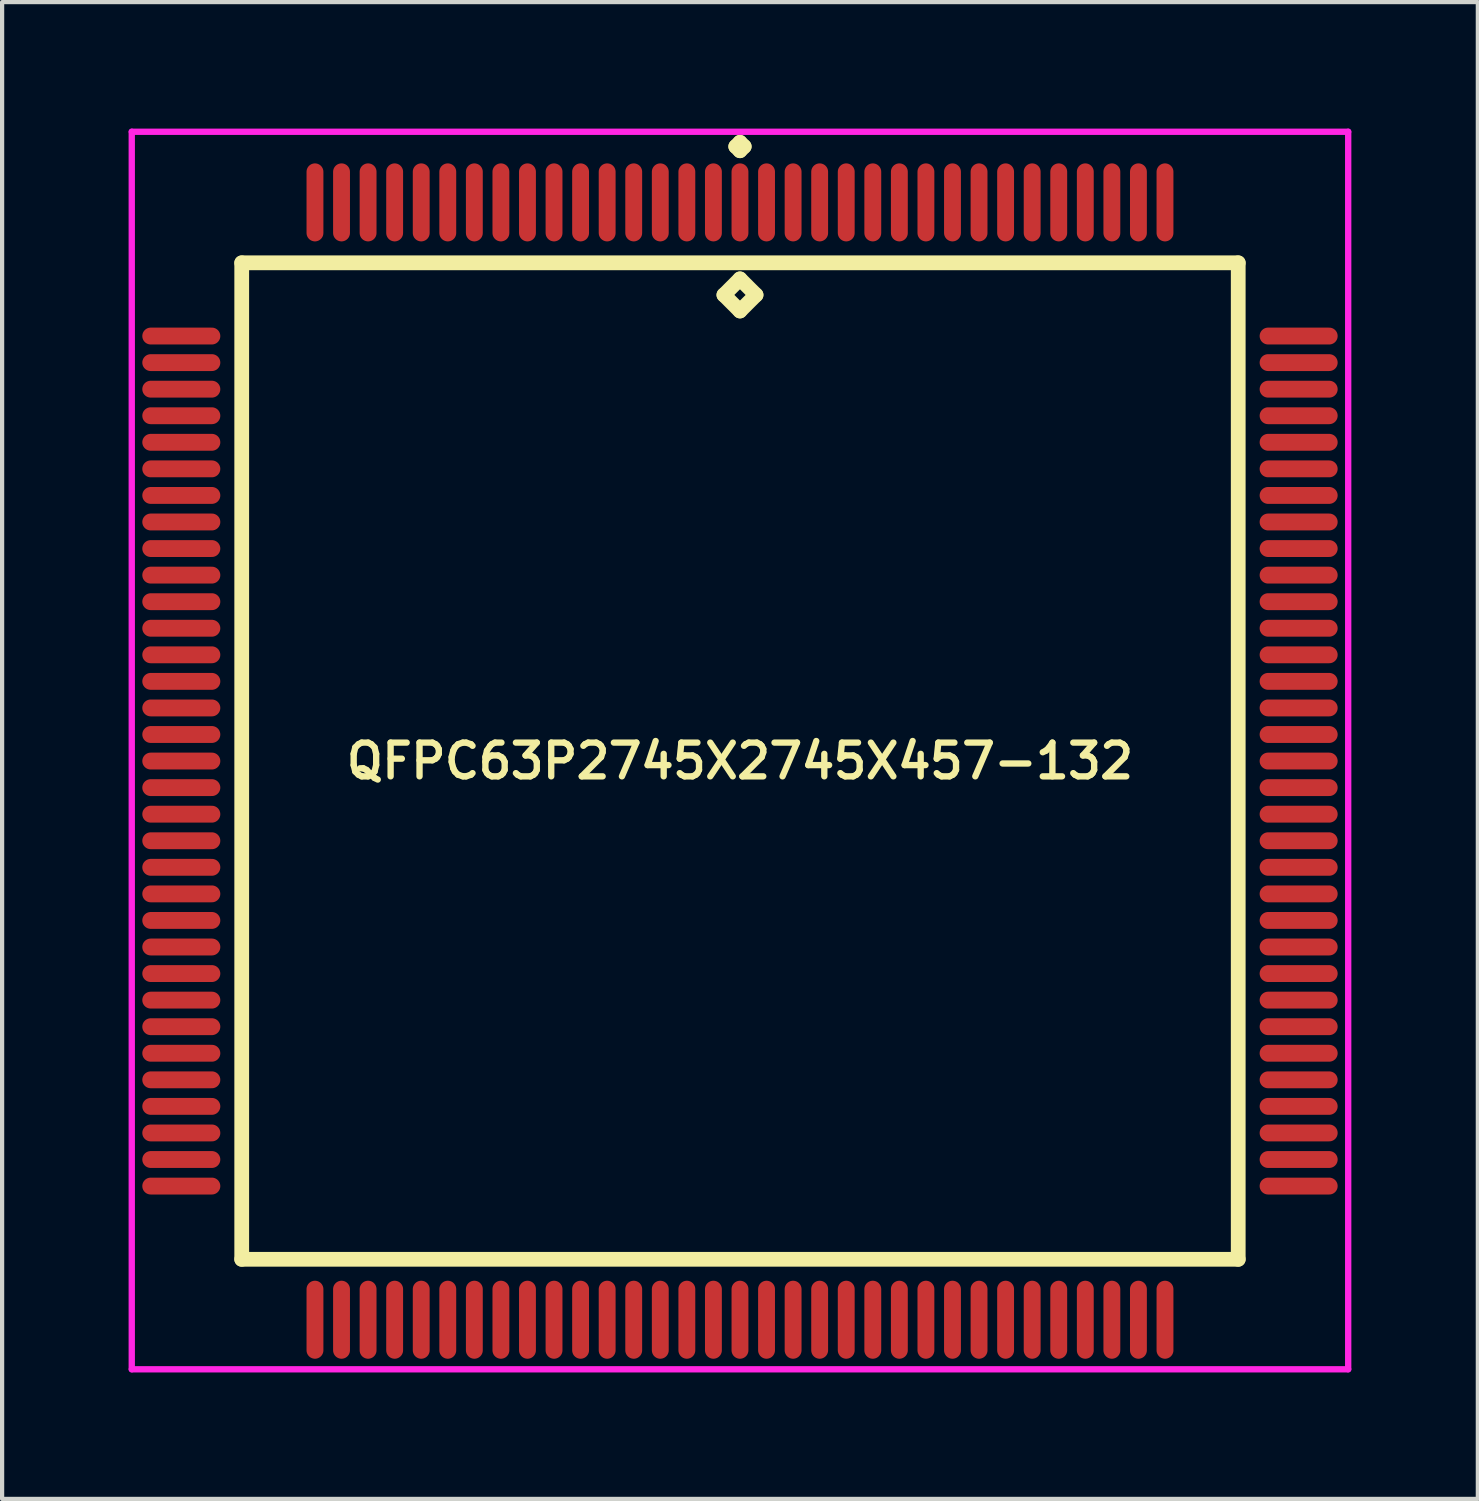
<source format=kicad_pcb>
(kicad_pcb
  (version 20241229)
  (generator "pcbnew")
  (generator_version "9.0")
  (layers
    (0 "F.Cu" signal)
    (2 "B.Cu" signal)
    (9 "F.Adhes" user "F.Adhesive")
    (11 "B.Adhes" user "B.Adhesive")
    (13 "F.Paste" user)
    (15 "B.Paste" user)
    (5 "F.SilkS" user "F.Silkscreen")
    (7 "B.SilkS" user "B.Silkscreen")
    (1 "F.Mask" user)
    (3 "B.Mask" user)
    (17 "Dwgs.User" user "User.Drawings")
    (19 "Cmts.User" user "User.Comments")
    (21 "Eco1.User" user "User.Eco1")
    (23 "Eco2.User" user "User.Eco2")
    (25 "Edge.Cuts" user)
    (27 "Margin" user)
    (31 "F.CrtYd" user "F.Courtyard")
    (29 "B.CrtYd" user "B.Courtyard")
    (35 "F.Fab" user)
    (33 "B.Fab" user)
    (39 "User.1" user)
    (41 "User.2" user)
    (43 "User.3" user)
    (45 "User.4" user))
  (footprint "QFPC63P2745X2745X457-132"
    (layer "F.Cu")
    (at 14.5 15)
    (property "Reference" "QFPC63P2745X2745X457-132" (at 0 0 0) (layer "F.SilkS") (effects (font (size 0.8 0.8) (thickness 0.15))))
    (attr smd)
    (fp_line (start -11.817 -11.817) (end -11.817 11.817) (stroke (width 0.35) (type solid)) (layer "F.SilkS"))
    (fp_line (start -11.817 11.817) (end 11.817 11.817) (stroke (width 0.35) (type solid)) (layer "F.SilkS"))
    (fp_line (start -0.381 -11.055) (end 0 -11.436) (stroke (width 0.35) (type solid)) (layer "F.SilkS"))
    (fp_line (start -0.1 -14.575) (end 0 -14.675) (stroke (width 0.35) (type solid)) (layer "F.SilkS"))
    (fp_line (start 0 -14.675) (end 0.1 -14.575) (stroke (width 0.35) (type solid)) (layer "F.SilkS"))
    (fp_line (start 0 -14.475) (end -0.1 -14.575) (stroke (width 0.35) (type solid)) (layer "F.SilkS"))
    (fp_line (start 0 -11.436) (end 0.381 -11.055) (stroke (width 0.35) (type solid)) (layer "F.SilkS"))
    (fp_line (start 0 -10.674) (end -0.381 -11.055) (stroke (width 0.35) (type solid)) (layer "F.SilkS"))
    (fp_line (start 0.1 -14.575) (end 0 -14.475) (stroke (width 0.35) (type solid)) (layer "F.SilkS"))
    (fp_line (start 0.381 -11.055) (end 0 -10.674) (stroke (width 0.35) (type solid)) (layer "F.SilkS"))
    (fp_line (start 11.817 -11.817) (end -11.817 -11.817) (stroke (width 0.35) (type solid)) (layer "F.SilkS"))
    (fp_line (start 11.817 11.817) (end 11.817 -11.817) (stroke (width 0.35) (type solid)) (layer "F.SilkS"))
    (fp_line (start -14.425 -14.925) (end 14.425 -14.925) (stroke (width 0.15) (type solid)) (layer "F.CrtYd"))
    (fp_line (start -14.425 14.425) (end -14.425 -14.925) (stroke (width 0.15) (type solid)) (layer "F.CrtYd"))
    (fp_line (start 14.425 -14.925) (end 14.425 14.425) (stroke (width 0.15) (type solid)) (layer "F.CrtYd"))
    (fp_line (start 14.425 14.425) (end -14.425 14.425) (stroke (width 0.15) (type solid)) (layer "F.CrtYd"))
    (pad "1" smd oval (at 0 -13.25) (size 0.4 1.85) (layers "F.Cu" "F.Mask" "F.Paste"))
    (pad "2" smd oval (at -0.63 -13.25) (size 0.4 1.85) (layers "F.Cu" "F.Mask" "F.Paste"))
    (pad "3" smd oval (at -1.26 -13.25) (size 0.4 1.85) (layers "F.Cu" "F.Mask" "F.Paste"))
    (pad "4" smd oval (at -1.89 -13.25) (size 0.4 1.85) (layers "F.Cu" "F.Mask" "F.Paste"))
    (pad "5" smd oval (at -2.52 -13.25) (size 0.4 1.85) (layers "F.Cu" "F.Mask" "F.Paste"))
    (pad "6" smd oval (at -3.15 -13.25) (size 0.4 1.85) (layers "F.Cu" "F.Mask" "F.Paste"))
    (pad "7" smd oval (at -3.78 -13.25) (size 0.4 1.85) (layers "F.Cu" "F.Mask" "F.Paste"))
    (pad "8" smd oval (at -4.41 -13.25) (size 0.4 1.85) (layers "F.Cu" "F.Mask" "F.Paste"))
    (pad "9" smd oval (at -5.04 -13.25) (size 0.4 1.85) (layers "F.Cu" "F.Mask" "F.Paste"))
    (pad "10" smd oval (at -5.67 -13.25) (size 0.4 1.85) (layers "F.Cu" "F.Mask" "F.Paste"))
    (pad "11" smd oval (at -6.3 -13.25) (size 0.4 1.85) (layers "F.Cu" "F.Mask" "F.Paste"))
    (pad "12" smd oval (at -6.93 -13.25) (size 0.4 1.85) (layers "F.Cu" "F.Mask" "F.Paste"))
    (pad "13" smd oval (at -7.56 -13.25) (size 0.4 1.85) (layers "F.Cu" "F.Mask" "F.Paste"))
    (pad "14" smd oval (at -8.19 -13.25) (size 0.4 1.85) (layers "F.Cu" "F.Mask" "F.Paste"))
    (pad "15" smd oval (at -8.82 -13.25) (size 0.4 1.85) (layers "F.Cu" "F.Mask" "F.Paste"))
    (pad "16" smd oval (at -9.45 -13.25) (size 0.4 1.85) (layers "F.Cu" "F.Mask" "F.Paste"))
    (pad "17" smd oval (at -10.08 -13.25) (size 0.4 1.85) (layers "F.Cu" "F.Mask" "F.Paste"))
    (pad "18" smd oval (at -13.25 -10.08) (size 1.85 0.4) (layers "F.Cu" "F.Mask" "F.Paste"))
    (pad "19" smd oval (at -13.25 -9.45) (size 1.85 0.4) (layers "F.Cu" "F.Mask" "F.Paste"))
    (pad "20" smd oval (at -13.25 -8.82) (size 1.85 0.4) (layers "F.Cu" "F.Mask" "F.Paste"))
    (pad "21" smd oval (at -13.25 -8.19) (size 1.85 0.4) (layers "F.Cu" "F.Mask" "F.Paste"))
    (pad "22" smd oval (at -13.25 -7.56) (size 1.85 0.4) (layers "F.Cu" "F.Mask" "F.Paste"))
    (pad "23" smd oval (at -13.25 -6.93) (size 1.85 0.4) (layers "F.Cu" "F.Mask" "F.Paste"))
    (pad "24" smd oval (at -13.25 -6.3) (size 1.85 0.4) (layers "F.Cu" "F.Mask" "F.Paste"))
    (pad "25" smd oval (at -13.25 -5.67) (size 1.85 0.4) (layers "F.Cu" "F.Mask" "F.Paste"))
    (pad "26" smd oval (at -13.25 -5.04) (size 1.85 0.4) (layers "F.Cu" "F.Mask" "F.Paste"))
    (pad "27" smd oval (at -13.25 -4.41) (size 1.85 0.4) (layers "F.Cu" "F.Mask" "F.Paste"))
    (pad "28" smd oval (at -13.25 -3.78) (size 1.85 0.4) (layers "F.Cu" "F.Mask" "F.Paste"))
    (pad "29" smd oval (at -13.25 -3.15) (size 1.85 0.4) (layers "F.Cu" "F.Mask" "F.Paste"))
    (pad "30" smd oval (at -13.25 -2.52) (size 1.85 0.4) (layers "F.Cu" "F.Mask" "F.Paste"))
    (pad "31" smd oval (at -13.25 -1.89) (size 1.85 0.4) (layers "F.Cu" "F.Mask" "F.Paste"))
    (pad "32" smd oval (at -13.25 -1.26) (size 1.85 0.4) (layers "F.Cu" "F.Mask" "F.Paste"))
    (pad "33" smd oval (at -13.25 -0.63) (size 1.85 0.4) (layers "F.Cu" "F.Mask" "F.Paste"))
    (pad "34" smd oval (at -13.25 0) (size 1.85 0.4) (layers "F.Cu" "F.Mask" "F.Paste"))
    (pad "35" smd oval (at -13.25 0.63) (size 1.85 0.4) (layers "F.Cu" "F.Mask" "F.Paste"))
    (pad "36" smd oval (at -13.25 1.26) (size 1.85 0.4) (layers "F.Cu" "F.Mask" "F.Paste"))
    (pad "37" smd oval (at -13.25 1.89) (size 1.85 0.4) (layers "F.Cu" "F.Mask" "F.Paste"))
    (pad "38" smd oval (at -13.25 2.52) (size 1.85 0.4) (layers "F.Cu" "F.Mask" "F.Paste"))
    (pad "39" smd oval (at -13.25 3.15) (size 1.85 0.4) (layers "F.Cu" "F.Mask" "F.Paste"))
    (pad "40" smd oval (at -13.25 3.78) (size 1.85 0.4) (layers "F.Cu" "F.Mask" "F.Paste"))
    (pad "41" smd oval (at -13.25 4.41) (size 1.85 0.4) (layers "F.Cu" "F.Mask" "F.Paste"))
    (pad "42" smd oval (at -13.25 5.04) (size 1.85 0.4) (layers "F.Cu" "F.Mask" "F.Paste"))
    (pad "43" smd oval (at -13.25 5.67) (size 1.85 0.4) (layers "F.Cu" "F.Mask" "F.Paste"))
    (pad "44" smd oval (at -13.25 6.3) (size 1.85 0.4) (layers "F.Cu" "F.Mask" "F.Paste"))
    (pad "45" smd oval (at -13.25 6.93) (size 1.85 0.4) (layers "F.Cu" "F.Mask" "F.Paste"))
    (pad "46" smd oval (at -13.25 7.56) (size 1.85 0.4) (layers "F.Cu" "F.Mask" "F.Paste"))
    (pad "47" smd oval (at -13.25 8.19) (size 1.85 0.4) (layers "F.Cu" "F.Mask" "F.Paste"))
    (pad "48" smd oval (at -13.25 8.82) (size 1.85 0.4) (layers "F.Cu" "F.Mask" "F.Paste"))
    (pad "49" smd oval (at -13.25 9.45) (size 1.85 0.4) (layers "F.Cu" "F.Mask" "F.Paste"))
    (pad "50" smd oval (at -13.25 10.08) (size 1.85 0.4) (layers "F.Cu" "F.Mask" "F.Paste"))
    (pad "51" smd oval (at -10.08 13.25) (size 0.4 1.85) (layers "F.Cu" "F.Mask" "F.Paste"))
    (pad "52" smd oval (at -9.45 13.25) (size 0.4 1.85) (layers "F.Cu" "F.Mask" "F.Paste"))
    (pad "53" smd oval (at -8.82 13.25) (size 0.4 1.85) (layers "F.Cu" "F.Mask" "F.Paste"))
    (pad "54" smd oval (at -8.19 13.25) (size 0.4 1.85) (layers "F.Cu" "F.Mask" "F.Paste"))
    (pad "55" smd oval (at -7.56 13.25) (size 0.4 1.85) (layers "F.Cu" "F.Mask" "F.Paste"))
    (pad "56" smd oval (at -6.93 13.25) (size 0.4 1.85) (layers "F.Cu" "F.Mask" "F.Paste"))
    (pad "57" smd oval (at -6.3 13.25) (size 0.4 1.85) (layers "F.Cu" "F.Mask" "F.Paste"))
    (pad "58" smd oval (at -5.67 13.25) (size 0.4 1.85) (layers "F.Cu" "F.Mask" "F.Paste"))
    (pad "59" smd oval (at -5.04 13.25) (size 0.4 1.85) (layers "F.Cu" "F.Mask" "F.Paste"))
    (pad "60" smd oval (at -4.41 13.25) (size 0.4 1.85) (layers "F.Cu" "F.Mask" "F.Paste"))
    (pad "61" smd oval (at -3.78 13.25) (size 0.4 1.85) (layers "F.Cu" "F.Mask" "F.Paste"))
    (pad "62" smd oval (at -3.15 13.25) (size 0.4 1.85) (layers "F.Cu" "F.Mask" "F.Paste"))
    (pad "63" smd oval (at -2.52 13.25) (size 0.4 1.85) (layers "F.Cu" "F.Mask" "F.Paste"))
    (pad "64" smd oval (at -1.89 13.25) (size 0.4 1.85) (layers "F.Cu" "F.Mask" "F.Paste"))
    (pad "65" smd oval (at -1.26 13.25) (size 0.4 1.85) (layers "F.Cu" "F.Mask" "F.Paste"))
    (pad "66" smd oval (at -0.63 13.25) (size 0.4 1.85) (layers "F.Cu" "F.Mask" "F.Paste"))
    (pad "67" smd oval (at 0 13.25) (size 0.4 1.85) (layers "F.Cu" "F.Mask" "F.Paste"))
    (pad "68" smd oval (at 0.63 13.25) (size 0.4 1.85) (layers "F.Cu" "F.Mask" "F.Paste"))
    (pad "69" smd oval (at 1.26 13.25) (size 0.4 1.85) (layers "F.Cu" "F.Mask" "F.Paste"))
    (pad "70" smd oval (at 1.89 13.25) (size 0.4 1.85) (layers "F.Cu" "F.Mask" "F.Paste"))
    (pad "71" smd oval (at 2.52 13.25) (size 0.4 1.85) (layers "F.Cu" "F.Mask" "F.Paste"))
    (pad "72" smd oval (at 3.15 13.25) (size 0.4 1.85) (layers "F.Cu" "F.Mask" "F.Paste"))
    (pad "73" smd oval (at 3.78 13.25) (size 0.4 1.85) (layers "F.Cu" "F.Mask" "F.Paste"))
    (pad "74" smd oval (at 4.41 13.25) (size 0.4 1.85) (layers "F.Cu" "F.Mask" "F.Paste"))
    (pad "75" smd oval (at 5.04 13.25) (size 0.4 1.85) (layers "F.Cu" "F.Mask" "F.Paste"))
    (pad "76" smd oval (at 5.67 13.25) (size 0.4 1.85) (layers "F.Cu" "F.Mask" "F.Paste"))
    (pad "77" smd oval (at 6.3 13.25) (size 0.4 1.85) (layers "F.Cu" "F.Mask" "F.Paste"))
    (pad "78" smd oval (at 6.93 13.25) (size 0.4 1.85) (layers "F.Cu" "F.Mask" "F.Paste"))
    (pad "79" smd oval (at 7.56 13.25) (size 0.4 1.85) (layers "F.Cu" "F.Mask" "F.Paste"))
    (pad "80" smd oval (at 8.19 13.25) (size 0.4 1.85) (layers "F.Cu" "F.Mask" "F.Paste"))
    (pad "81" smd oval (at 8.82 13.25) (size 0.4 1.85) (layers "F.Cu" "F.Mask" "F.Paste"))
    (pad "82" smd oval (at 9.45 13.25) (size 0.4 1.85) (layers "F.Cu" "F.Mask" "F.Paste"))
    (pad "83" smd oval (at 10.08 13.25) (size 0.4 1.85) (layers "F.Cu" "F.Mask" "F.Paste"))
    (pad "84" smd oval (at 13.25 10.08) (size 1.85 0.4) (layers "F.Cu" "F.Mask" "F.Paste"))
    (pad "85" smd oval (at 13.25 9.45) (size 1.85 0.4) (layers "F.Cu" "F.Mask" "F.Paste"))
    (pad "86" smd oval (at 13.25 8.82) (size 1.85 0.4) (layers "F.Cu" "F.Mask" "F.Paste"))
    (pad "87" smd oval (at 13.25 8.19) (size 1.85 0.4) (layers "F.Cu" "F.Mask" "F.Paste"))
    (pad "88" smd oval (at 13.25 7.56) (size 1.85 0.4) (layers "F.Cu" "F.Mask" "F.Paste"))
    (pad "89" smd oval (at 13.25 6.93) (size 1.85 0.4) (layers "F.Cu" "F.Mask" "F.Paste"))
    (pad "90" smd oval (at 13.25 6.3) (size 1.85 0.4) (layers "F.Cu" "F.Mask" "F.Paste"))
    (pad "91" smd oval (at 13.25 5.67) (size 1.85 0.4) (layers "F.Cu" "F.Mask" "F.Paste"))
    (pad "92" smd oval (at 13.25 5.04) (size 1.85 0.4) (layers "F.Cu" "F.Mask" "F.Paste"))
    (pad "93" smd oval (at 13.25 4.41) (size 1.85 0.4) (layers "F.Cu" "F.Mask" "F.Paste"))
    (pad "94" smd oval (at 13.25 3.78) (size 1.85 0.4) (layers "F.Cu" "F.Mask" "F.Paste"))
    (pad "95" smd oval (at 13.25 3.15) (size 1.85 0.4) (layers "F.Cu" "F.Mask" "F.Paste"))
    (pad "96" smd oval (at 13.25 2.52) (size 1.85 0.4) (layers "F.Cu" "F.Mask" "F.Paste"))
    (pad "97" smd oval (at 13.25 1.89) (size 1.85 0.4) (layers "F.Cu" "F.Mask" "F.Paste"))
    (pad "98" smd oval (at 13.25 1.26) (size 1.85 0.4) (layers "F.Cu" "F.Mask" "F.Paste"))
    (pad "99" smd oval (at 13.25 0.63) (size 1.85 0.4) (layers "F.Cu" "F.Mask" "F.Paste"))
    (pad "100" smd oval (at 13.25 0) (size 1.85 0.4) (layers "F.Cu" "F.Mask" "F.Paste"))
    (pad "101" smd oval (at 13.25 -0.63) (size 1.85 0.4) (layers "F.Cu" "F.Mask" "F.Paste"))
    (pad "102" smd oval (at 13.25 -1.26) (size 1.85 0.4) (layers "F.Cu" "F.Mask" "F.Paste"))
    (pad "103" smd oval (at 13.25 -1.89) (size 1.85 0.4) (layers "F.Cu" "F.Mask" "F.Paste"))
    (pad "104" smd oval (at 13.25 -2.52) (size 1.85 0.4) (layers "F.Cu" "F.Mask" "F.Paste"))
    (pad "105" smd oval (at 13.25 -3.15) (size 1.85 0.4) (layers "F.Cu" "F.Mask" "F.Paste"))
    (pad "106" smd oval (at 13.25 -3.78) (size 1.85 0.4) (layers "F.Cu" "F.Mask" "F.Paste"))
    (pad "107" smd oval (at 13.25 -4.41) (size 1.85 0.4) (layers "F.Cu" "F.Mask" "F.Paste"))
    (pad "108" smd oval (at 13.25 -5.04) (size 1.85 0.4) (layers "F.Cu" "F.Mask" "F.Paste"))
    (pad "109" smd oval (at 13.25 -5.67) (size 1.85 0.4) (layers "F.Cu" "F.Mask" "F.Paste"))
    (pad "110" smd oval (at 13.25 -6.3) (size 1.85 0.4) (layers "F.Cu" "F.Mask" "F.Paste"))
    (pad "111" smd oval (at 13.25 -6.93) (size 1.85 0.4) (layers "F.Cu" "F.Mask" "F.Paste"))
    (pad "112" smd oval (at 13.25 -7.56) (size 1.85 0.4) (layers "F.Cu" "F.Mask" "F.Paste"))
    (pad "113" smd oval (at 13.25 -8.19) (size 1.85 0.4) (layers "F.Cu" "F.Mask" "F.Paste"))
    (pad "114" smd oval (at 13.25 -8.82) (size 1.85 0.4) (layers "F.Cu" "F.Mask" "F.Paste"))
    (pad "115" smd oval (at 13.25 -9.45) (size 1.85 0.4) (layers "F.Cu" "F.Mask" "F.Paste"))
    (pad "116" smd oval (at 13.25 -10.08) (size 1.85 0.4) (layers "F.Cu" "F.Mask" "F.Paste"))
    (pad "117" smd oval (at 10.08 -13.25) (size 0.4 1.85) (layers "F.Cu" "F.Mask" "F.Paste"))
    (pad "118" smd oval (at 9.45 -13.25) (size 0.4 1.85) (layers "F.Cu" "F.Mask" "F.Paste"))
    (pad "119" smd oval (at 8.82 -13.25) (size 0.4 1.85) (layers "F.Cu" "F.Mask" "F.Paste"))
    (pad "120" smd oval (at 8.19 -13.25) (size 0.4 1.85) (layers "F.Cu" "F.Mask" "F.Paste"))
    (pad "121" smd oval (at 7.56 -13.25) (size 0.4 1.85) (layers "F.Cu" "F.Mask" "F.Paste"))
    (pad "122" smd oval (at 6.93 -13.25) (size 0.4 1.85) (layers "F.Cu" "F.Mask" "F.Paste"))
    (pad "123" smd oval (at 6.3 -13.25) (size 0.4 1.85) (layers "F.Cu" "F.Mask" "F.Paste"))
    (pad "124" smd oval (at 5.67 -13.25) (size 0.4 1.85) (layers "F.Cu" "F.Mask" "F.Paste"))
    (pad "125" smd oval (at 5.04 -13.25) (size 0.4 1.85) (layers "F.Cu" "F.Mask" "F.Paste"))
    (pad "126" smd oval (at 4.41 -13.25) (size 0.4 1.85) (layers "F.Cu" "F.Mask" "F.Paste"))
    (pad "127" smd oval (at 3.78 -13.25) (size 0.4 1.85) (layers "F.Cu" "F.Mask" "F.Paste"))
    (pad "128" smd oval (at 3.15 -13.25) (size 0.4 1.85) (layers "F.Cu" "F.Mask" "F.Paste"))
    (pad "129" smd oval (at 2.52 -13.25) (size 0.4 1.85) (layers "F.Cu" "F.Mask" "F.Paste"))
    (pad "130" smd oval (at 1.89 -13.25) (size 0.4 1.85) (layers "F.Cu" "F.Mask" "F.Paste"))
    (pad "131" smd oval (at 1.26 -13.25) (size 0.4 1.85) (layers "F.Cu" "F.Mask" "F.Paste"))
    (pad "132" smd oval (at 0.63 -13.25) (size 0.4 1.85) (layers "F.Cu" "F.Mask" "F.Paste")))
  (gr_rect
    (start -3 -3)
    (end 32 32.5)
    (stroke (width 0.1) (type default))
    (fill no)
    (layer "Edge.Cuts")))
</source>
